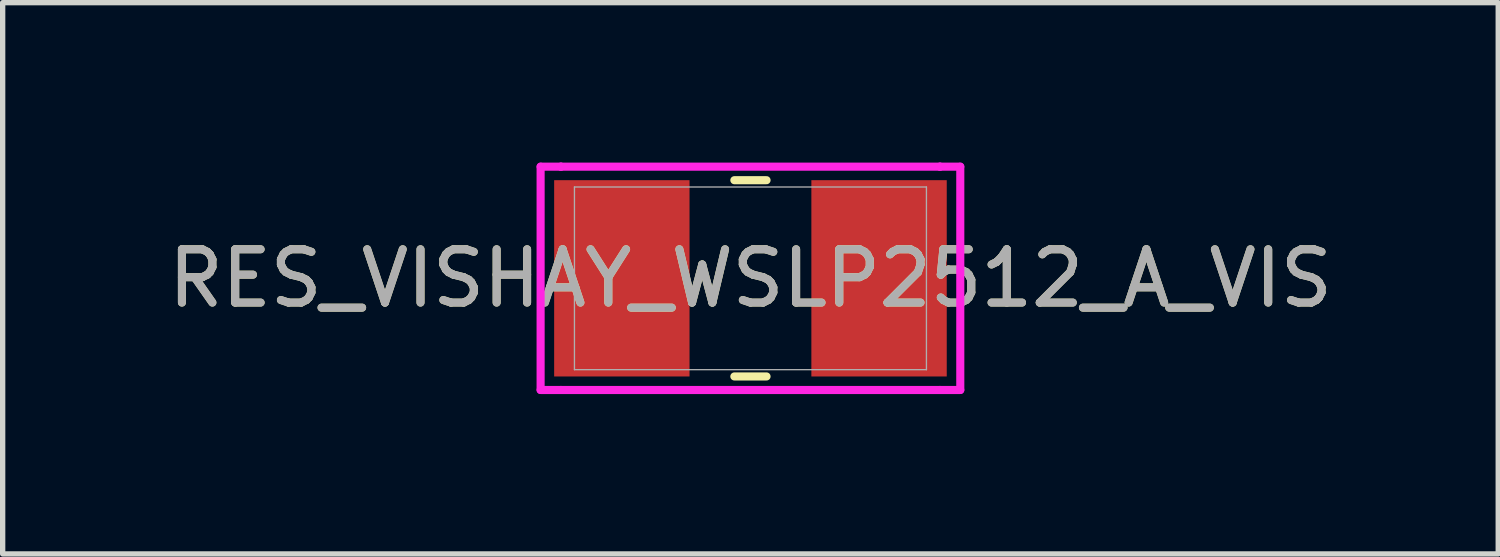
<source format=kicad_pcb>
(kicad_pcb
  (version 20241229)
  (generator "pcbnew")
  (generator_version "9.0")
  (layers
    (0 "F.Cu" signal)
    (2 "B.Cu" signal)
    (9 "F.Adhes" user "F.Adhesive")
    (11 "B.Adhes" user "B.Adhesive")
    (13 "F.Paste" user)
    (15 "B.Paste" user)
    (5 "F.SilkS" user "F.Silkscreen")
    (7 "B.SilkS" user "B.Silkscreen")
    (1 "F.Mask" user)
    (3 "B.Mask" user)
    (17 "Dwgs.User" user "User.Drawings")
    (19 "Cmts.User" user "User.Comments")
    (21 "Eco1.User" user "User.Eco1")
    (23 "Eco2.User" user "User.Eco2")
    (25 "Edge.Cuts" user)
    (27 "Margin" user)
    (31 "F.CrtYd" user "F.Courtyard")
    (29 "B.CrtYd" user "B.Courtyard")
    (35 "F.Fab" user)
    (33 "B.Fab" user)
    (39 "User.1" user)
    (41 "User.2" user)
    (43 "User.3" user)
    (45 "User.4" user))
  (footprint "RES_VISHAY_WSLP2512_A_VIS"
    (layer "F.Cu")
    (at 11.03 2.172)
    (property "Reference" "RES_VISHAY_WSLP2512_A_VIS" (at 0 0 0) (unlocked yes) (layer "F.SilkS") (effects (font (size 1 1) (thickness 0.15))))
    (attr smd)
    (fp_line (start -0.302 1.841) (end 0.302 1.841) (stroke (width 0.152) (type solid)) (layer "F.SilkS"))
    (fp_line (start 0.302 -1.841) (end -0.302 -1.841) (stroke (width 0.152) (type solid)) (layer "F.SilkS"))
    (fp_line (start -3.937 -2.095) (end -3.556 -2.095) (stroke (width 0.152) (type solid)) (layer "F.CrtYd"))
    (fp_line (start -3.937 2.095) (end -3.937 -2.095) (stroke (width 0.152) (type solid)) (layer "F.CrtYd"))
    (fp_line (start -3.556 -2.095) (end -3.556 -2.095) (stroke (width 0.152) (type solid)) (layer "F.CrtYd"))
    (fp_line (start -3.556 -2.095) (end 3.556 -2.095) (stroke (width 0.152) (type solid)) (layer "F.CrtYd"))
    (fp_line (start -3.556 2.095) (end -3.937 2.095) (stroke (width 0.152) (type solid)) (layer "F.CrtYd"))
    (fp_line (start -3.556 2.095) (end -3.556 2.095) (stroke (width 0.152) (type solid)) (layer "F.CrtYd"))
    (fp_line (start 3.556 -2.095) (end 3.556 -2.095) (stroke (width 0.152) (type solid)) (layer "F.CrtYd"))
    (fp_line (start 3.556 -2.095) (end 3.937 -2.095) (stroke (width 0.152) (type solid)) (layer "F.CrtYd"))
    (fp_line (start 3.556 2.095) (end -3.556 2.095) (stroke (width 0.152) (type solid)) (layer "F.CrtYd"))
    (fp_line (start 3.556 2.095) (end 3.556 2.095) (stroke (width 0.152) (type solid)) (layer "F.CrtYd"))
    (fp_line (start 3.937 -2.095) (end 3.937 2.095) (stroke (width 0.152) (type solid)) (layer "F.CrtYd"))
    (fp_line (start 3.937 2.095) (end 3.556 2.095) (stroke (width 0.152) (type solid)) (layer "F.CrtYd"))
    (fp_line (start -3.302 -1.714) (end -3.302 1.714) (stroke (width 0.025) (type solid)) (layer "F.Fab"))
    (fp_line (start -3.302 1.714) (end 3.302 1.714) (stroke (width 0.025) (type solid)) (layer "F.Fab"))
    (fp_line (start 3.302 -1.714) (end -3.302 -1.714) (stroke (width 0.025) (type solid)) (layer "F.Fab"))
    (fp_line (start 3.302 1.714) (end 3.302 -1.714) (stroke (width 0.025) (type solid)) (layer "F.Fab"))
    (fp_text user "${REFERENCE}" (at 0 0 0) (unlocked yes) (layer "F.Fab") (effects (font (size 1 1) (thickness 0.15))))
    (pad "1" smd rect (at -2.413 0) (size 2.54 3.683) (layers "F.Cu" "F.Mask" "F.Paste"))
    (pad "2" smd rect (at 2.413 0) (size 2.54 3.683) (layers "F.Cu" "F.Mask" "F.Paste")))
  (gr_rect
    (start -3 -3)
    (end 25.06 7.343)
    (stroke (width 0.1) (type default))
    (fill no)
    (layer "Edge.Cuts")))
</source>
